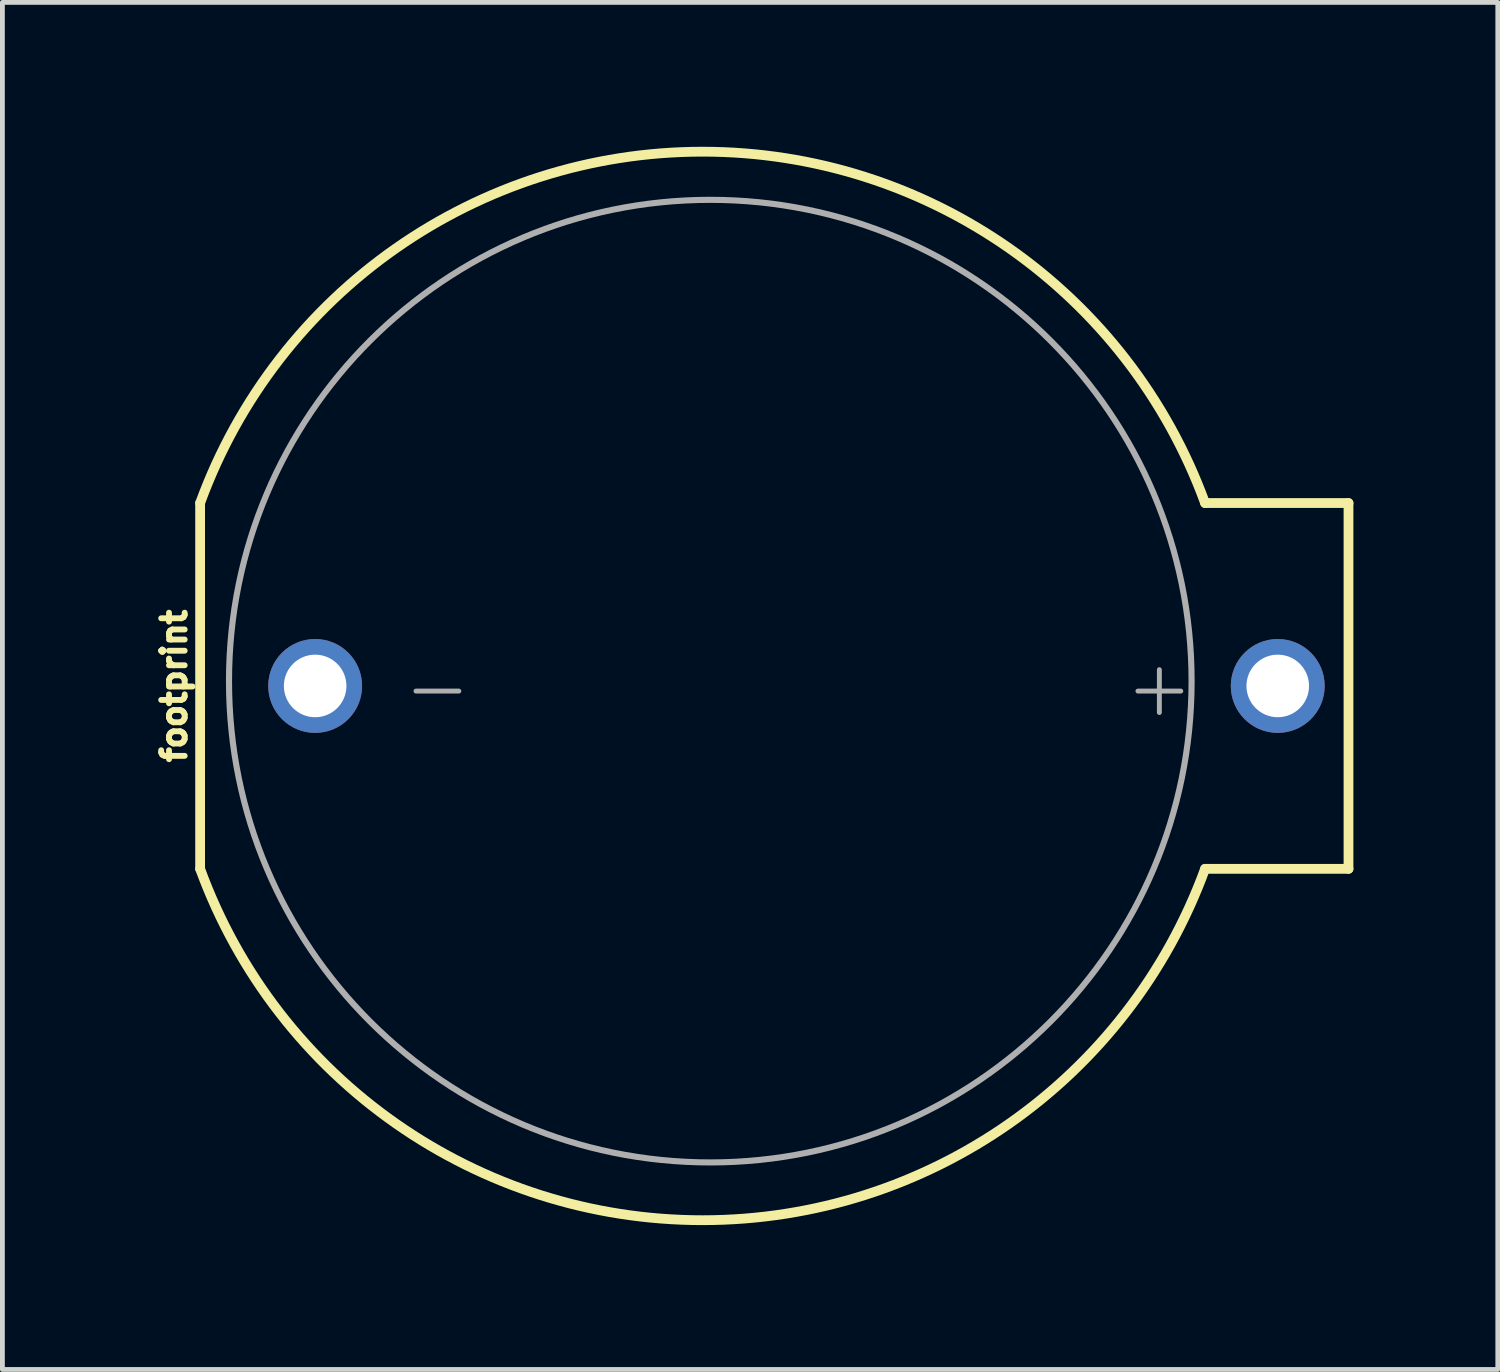
<source format=kicad_pcb>
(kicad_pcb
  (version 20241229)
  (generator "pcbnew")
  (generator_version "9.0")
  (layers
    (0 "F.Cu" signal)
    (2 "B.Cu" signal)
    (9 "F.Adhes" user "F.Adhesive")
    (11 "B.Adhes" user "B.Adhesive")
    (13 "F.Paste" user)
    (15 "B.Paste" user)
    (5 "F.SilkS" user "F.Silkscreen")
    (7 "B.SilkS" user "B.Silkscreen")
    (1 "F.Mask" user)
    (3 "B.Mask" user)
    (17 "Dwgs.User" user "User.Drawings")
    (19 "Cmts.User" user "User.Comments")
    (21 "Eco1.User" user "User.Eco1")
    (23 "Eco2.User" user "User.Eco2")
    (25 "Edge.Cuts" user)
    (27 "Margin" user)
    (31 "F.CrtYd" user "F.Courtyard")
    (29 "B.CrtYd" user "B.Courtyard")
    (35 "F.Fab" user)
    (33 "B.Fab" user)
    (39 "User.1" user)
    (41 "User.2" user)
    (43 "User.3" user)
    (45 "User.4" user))
  (footprint "footprint"
    (layer "F.Cu")
    (at 11.648 11.202)
    (property "Reference" "footprint" (at -10.795 0 90) (layer "F.SilkS") (effects (font (size 0.488 0.488) (thickness 0.122)) (justify bottom)))
    (fp_poly (pts (xy -8.019 -0.629) (xy -7.86 -0.579) (xy -7.72 -0.49) (xy -7.607 -0.368) (xy -7.529 -0.22) (xy -7.492 -0.057) (xy -7.503 0.113) (xy -7.558 0.274) (xy -7.652 0.415) (xy -7.779 0.527) (xy -7.931 0.602) (xy -8.097 0.635) (xy -8.267 0.625) (xy -8.427 0.57) (xy -8.568 0.476) (xy -8.684 0.345) (xy -8.789 0.035) (xy -8.775 -0.137) (xy -8.718 -0.293) (xy -8.623 -0.429) (xy -8.492 -0.539) (xy -8.189 -0.635)) (stroke (width 0) (type solid)) (fill yes) (layer "F.Mask"))
    (fp_poly (pts (xy 11.97 -0.629) (xy 12.129 -0.579) (xy 12.27 -0.49) (xy 12.383 -0.368) (xy 12.461 -0.22) (xy 12.497 -0.057) (xy 12.486 0.113) (xy 12.432 0.274) (xy 12.338 0.415) (xy 12.211 0.527) (xy 12.059 0.602) (xy 11.892 0.635) (xy 11.723 0.625) (xy 11.562 0.57) (xy 11.421 0.476) (xy 11.306 0.345) (xy 11.2 0.035) (xy 11.215 -0.137) (xy 11.272 -0.293) (xy 11.367 -0.429) (xy 11.498 -0.539) (xy 11.801 -0.635)) (stroke (width 0) (type solid)) (fill yes) (layer "F.Mask"))
    (fp_poly (pts (xy -7.915 -1.072) (xy -7.71 -1.009) (xy -7.521 -0.908) (xy -7.355 -0.773) (xy -7.22 -0.607) (xy -7.117 -0.415) (xy -7.035 -0.004) (xy -7.056 0.213) (xy -7.119 0.418) (xy -7.22 0.607) (xy -7.355 0.773) (xy -7.521 0.908) (xy -7.713 1.011) (xy -8.123 1.093) (xy -8.34 1.077) (xy -8.546 1.02) (xy -8.738 0.924) (xy -8.907 0.792) (xy -9.047 0.63) (xy -9.154 0.44) (xy -9.246 0.03) (xy -9.224 -0.193) (xy -9.161 -0.402) (xy -9.058 -0.596) (xy -8.919 -0.765) (xy -8.749 -0.904) (xy -8.552 -1.009) (xy -8.132 -1.093)) (stroke (width 0) (type solid)) (fill yes) (layer "B.Mask"))
    (fp_poly (pts (xy 12.075 -1.072) (xy 12.28 -1.009) (xy 12.469 -0.908) (xy 12.634 -0.773) (xy 12.77 -0.607) (xy 12.873 -0.415) (xy 12.955 -0.004) (xy 12.933 0.213) (xy 12.871 0.418) (xy 12.77 0.607) (xy 12.634 0.773) (xy 12.469 0.908) (xy 12.277 1.011) (xy 11.867 1.093) (xy 11.65 1.077) (xy 11.444 1.02) (xy 11.252 0.924) (xy 11.083 0.792) (xy 10.943 0.63) (xy 10.836 0.44) (xy 10.743 0.03) (xy 10.765 -0.193) (xy 10.829 -0.402) (xy 10.932 -0.596) (xy 11.071 -0.765) (xy 11.241 -0.904) (xy 11.437 -1.009) (xy 11.858 -1.093)) (stroke (width 0) (type solid)) (fill yes) (layer "B.Mask"))
    (fp_line (start -10.54 -3.8) (end -10.54 3.8) (stroke (width 0.203) (type solid)) (layer "F.SilkS"))
    (fp_line (start 10.34 -3.8) (end 13.32 -3.8) (stroke (width 0.203) (type solid)) (layer "F.SilkS"))
    (fp_line (start 13.32 -3.8) (end 13.32 3.8) (stroke (width 0.203) (type solid)) (layer "F.SilkS"))
    (fp_line (start 13.32 3.8) (end 10.34 3.8) (stroke (width 0.203) (type solid)) (layer "F.SilkS"))
    (fp_arc (start -10.54 -3.8) (mid -0.1 -11.100449) (end 10.34 -3.8) (stroke (width 0.2032) (type solid)) (layer "F.SilkS"))
    (fp_arc (start 10.34 3.8) (mid -0.1 11.100449) (end -10.54 3.8) (stroke (width 0.2032) (type solid)) (layer "F.SilkS"))
    (fp_circle (center 0.06 -0.1) (end 10.06 -0.1) (stroke (width 0.127) (type solid)) (fill no) (layer "F.Fab"))
    (fp_text user "-" (at -6.4 0.7 0) (layer "F.Fab") (effects (font (size 1.168 1.168) (thickness 0.102)) (justify left bottom)))
    (fp_text user "+" (at 8.6 0.7 0) (layer "F.Fab") (effects (font (size 1.168 1.168) (thickness 0.102)) (justify left bottom)))
    (pad "1" thru_hole circle (at 11.85 0 90) (size 1.95 1.95) (drill 1.3) (layers "*.Cu"))
    (pad "2" thru_hole circle (at -8.15 0 90) (size 1.95 1.95) (drill 1.3) (layers "*.Cu")))
  (gr_rect
    (start -3 -3)
    (end 28.07 25.404)
    (stroke (width 0.1) (type default))
    (fill no)
    (layer "Edge.Cuts")))
</source>
